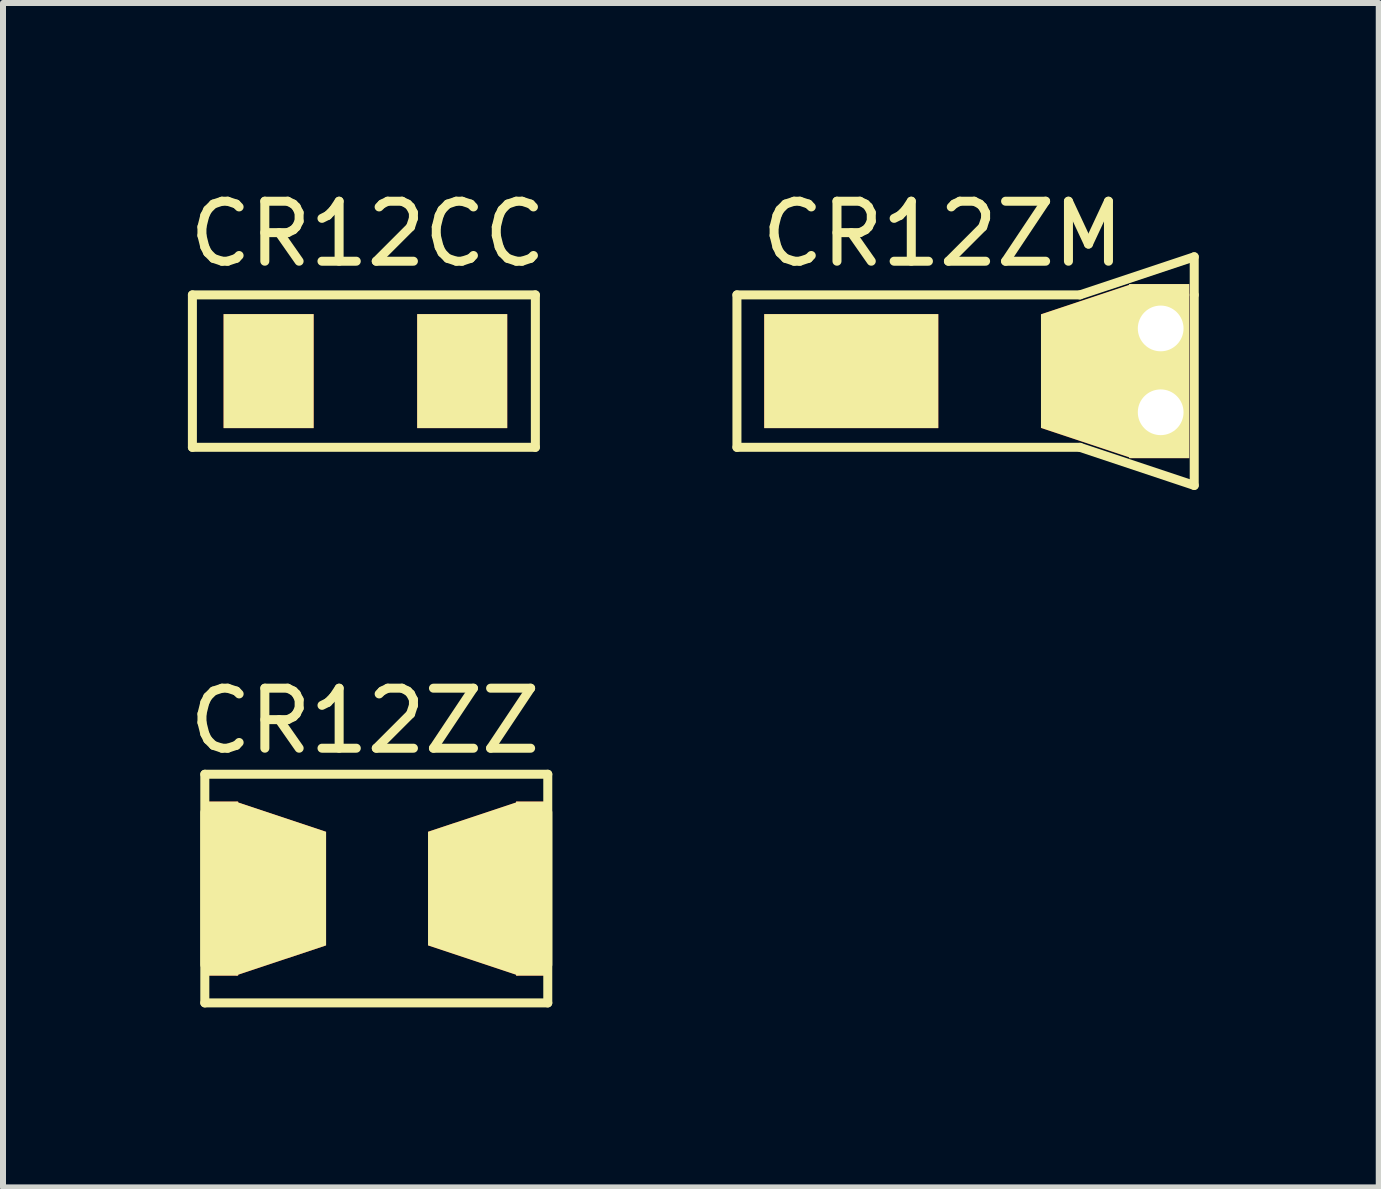
<source format=kicad_pcb>
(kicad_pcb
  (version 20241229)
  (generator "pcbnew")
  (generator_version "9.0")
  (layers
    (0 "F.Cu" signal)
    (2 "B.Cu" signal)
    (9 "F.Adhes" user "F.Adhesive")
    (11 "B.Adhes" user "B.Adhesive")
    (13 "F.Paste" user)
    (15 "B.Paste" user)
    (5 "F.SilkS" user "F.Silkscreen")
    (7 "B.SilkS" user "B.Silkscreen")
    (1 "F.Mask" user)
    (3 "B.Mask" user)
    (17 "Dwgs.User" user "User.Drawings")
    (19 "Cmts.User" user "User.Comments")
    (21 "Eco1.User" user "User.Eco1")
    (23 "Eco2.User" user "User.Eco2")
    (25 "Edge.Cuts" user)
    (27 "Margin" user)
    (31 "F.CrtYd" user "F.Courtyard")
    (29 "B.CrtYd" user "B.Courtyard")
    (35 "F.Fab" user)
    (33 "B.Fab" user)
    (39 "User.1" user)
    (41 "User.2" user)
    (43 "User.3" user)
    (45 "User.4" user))
  (footprint "CR12CC"
    (layer "F.Cu")
    (at 2.696 3.134)
    (property "Reference" "CR12CC" (at 0.381 -2.286 0) (layer "F.SilkS") (effects (font (size 1 1) (thickness 0.15))))
    (attr through_hole)
    (fp_line (start -2.54 -1.27) (end 3.175 -1.27) (stroke (width 0.15) (type solid)) (layer "F.SilkS"))
    (fp_line (start -2.54 1.27) (end -2.54 -1.27) (stroke (width 0.15) (type solid)) (layer "F.SilkS"))
    (fp_line (start 3.175 -1.27) (end 3.175 1.27) (stroke (width 0.15) (type solid)) (layer "F.SilkS"))
    (fp_line (start 3.175 1.27) (end -2.54 1.27) (stroke (width 0.15) (type solid)) (layer "F.SilkS"))
    (pad "1" smd rect (at -1.27 0) (size 1.501 1.9) (layers "F.Cu" "F.Mask" "F.SilkS" "F.Paste"))
    (pad "2" smd rect (at 1.956 0) (size 1.501 1.9) (layers "F.Cu" "F.Mask" "F.SilkS" "F.Paste")))
  (footprint "CR12ZM"
    (layer "F.Cu")
    (at 13.675 3.134)
    (property "Reference" "CR12ZM" (at -1.016 -2.286 0) (layer "F.SilkS") (effects (font (size 1 1) (thickness 0.15))))
    (attr through_hole)
    (fp_line (start -4.445 -1.27) (end -4.445 1.27) (stroke (width 0.15) (type solid)) (layer "F.SilkS"))
    (fp_line (start -4.445 -1.27) (end 1.27 -1.27) (stroke (width 0.15) (type solid)) (layer "F.SilkS"))
    (fp_line (start -4.445 1.27) (end 1.27 1.27) (stroke (width 0.15) (type solid)) (layer "F.SilkS"))
    (fp_line (start 1.27 -1.27) (end 3.175 -1.905) (stroke (width 0.15) (type solid)) (layer "F.SilkS"))
    (fp_line (start 1.27 1.27) (end 3.175 1.905) (stroke (width 0.15) (type solid)) (layer "F.SilkS"))
    (fp_line (start 3.175 -1.905) (end 3.175 -1.27) (stroke (width 0.15) (type solid)) (layer "F.SilkS"))
    (fp_line (start 3.175 1.905) (end 3.175 -1.27) (stroke (width 0.15) (type solid)) (layer "F.SilkS"))
    (pad "1" smd rect (at -2.54 0) (size 2.901 1.9) (layers "F.Cu" "F.Mask" "F.SilkS" "F.Paste"))
    (pad "2" smd trapezoid (at 1.372 0) (size 1.501 2.393) (rect_delta -0.5 0) (layers "F.Cu" "F.Mask" "F.SilkS" "F.Paste"))
    (pad "2" smd rect (at 2.591 0) (size 1.001 2.901) (layers "F.Cu" "F.Mask" "F.SilkS" "F.Paste"))
    (pad "2" thru_hole circle (at 2.616 -0.711) (size 0.8 0.8) (drill 0.762) (layers "*.Cu" "*.Mask"))
    (pad "2" thru_hole circle (at 2.616 0.686) (size 0.8 0.8) (drill 0.762) (layers "*.Cu" "*.Mask")))
  (footprint "CR12ZZ"
    (layer "F.Cu")
    (at 2.903 11.757)
    (property "Reference" "CR12ZZ" (at 0.127 -2.794 0) (layer "F.SilkS") (effects (font (size 1 1) (thickness 0.15))))
    (attr through_hole)
    (fp_line (start -2.54 -1.905) (end 3.175 -1.905) (stroke (width 0.15) (type solid)) (layer "F.SilkS"))
    (fp_line (start -2.54 1.27) (end -2.54 -1.27) (stroke (width 0.15) (type solid)) (layer "F.SilkS"))
    (fp_line (start -2.54 1.905) (end -2.54 -1.905) (stroke (width 0.15) (type solid)) (layer "F.SilkS"))
    (fp_line (start 3.175 -1.905) (end 3.175 1.905) (stroke (width 0.15) (type solid)) (layer "F.SilkS"))
    (fp_line (start 3.175 -1.27) (end 3.175 1.27) (stroke (width 0.15) (type solid)) (layer "F.SilkS"))
    (fp_line (start 3.175 1.905) (end -2.54 1.905) (stroke (width 0.15) (type solid)) (layer "F.SilkS"))
    (pad "1" smd rect (at -2.235 0) (size 0.5 2.901) (layers "F.Cu" "F.Mask" "F.SilkS" "F.Paste"))
    (pad "1" smd trapezoid (at -1.27 0) (size 1.501 2.393) (rect_delta 0.5 0) (layers "F.Cu" "F.Mask" "F.SilkS" "F.Paste"))
    (pad "2" smd trapezoid (at 1.93 0) (size 1.501 2.393) (rect_delta -0.5 0) (layers "F.Cu" "F.Mask" "F.SilkS" "F.Paste"))
    (pad "2" smd rect (at 2.896 0) (size 0.5 2.901) (layers "F.Cu" "F.Mask" "F.SilkS" "F.Paste")))
  (gr_rect
    (start -3 -3)
    (end 19.925 16.736)
    (stroke (width 0.1) (type default))
    (fill no)
    (layer "Edge.Cuts")))
</source>
